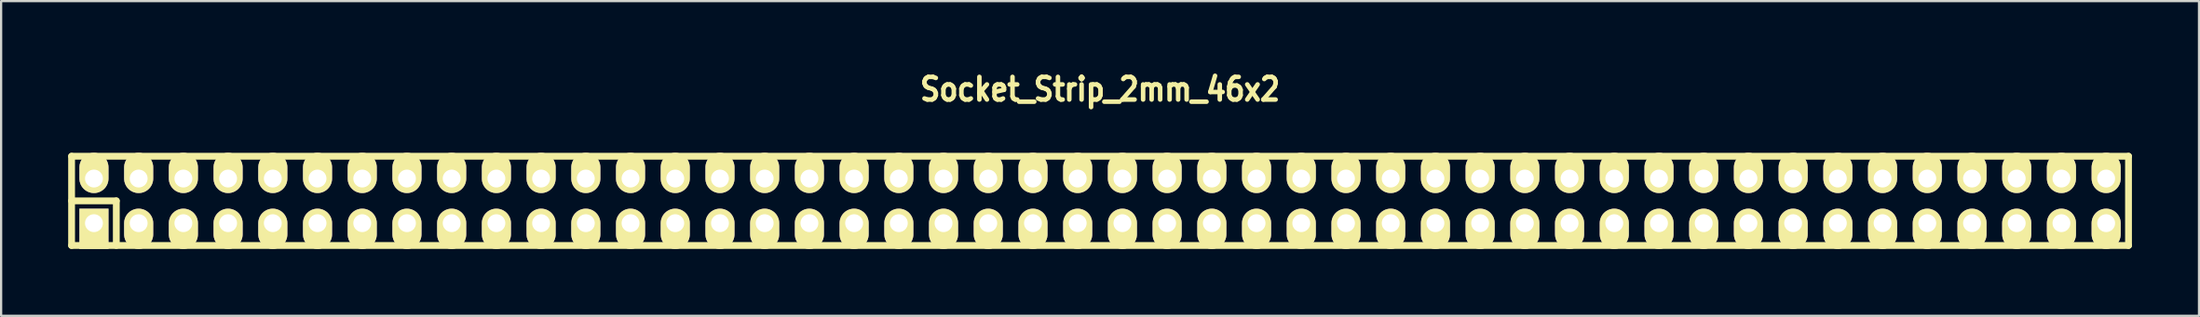
<source format=kicad_pcb>
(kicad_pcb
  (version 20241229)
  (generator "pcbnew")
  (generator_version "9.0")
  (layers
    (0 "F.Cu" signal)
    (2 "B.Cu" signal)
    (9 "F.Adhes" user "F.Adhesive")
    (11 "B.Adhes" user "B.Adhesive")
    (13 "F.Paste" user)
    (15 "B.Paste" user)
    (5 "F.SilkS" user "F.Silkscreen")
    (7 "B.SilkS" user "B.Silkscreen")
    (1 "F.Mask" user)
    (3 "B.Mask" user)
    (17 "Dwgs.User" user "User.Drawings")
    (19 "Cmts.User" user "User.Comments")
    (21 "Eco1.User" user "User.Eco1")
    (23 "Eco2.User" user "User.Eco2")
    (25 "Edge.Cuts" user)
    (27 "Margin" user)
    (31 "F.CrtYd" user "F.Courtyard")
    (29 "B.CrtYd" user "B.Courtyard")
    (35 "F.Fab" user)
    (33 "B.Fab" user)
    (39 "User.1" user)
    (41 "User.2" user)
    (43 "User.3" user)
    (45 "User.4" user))
  (footprint "Socket_Strip_2mm_46x2"
    (layer "F.Cu")
    (at 46.152 5.951)
    (property "Reference" "Socket_Strip_2mm_46x2" (at 0 -5 0) (layer "F.SilkS") (effects (font (size 1.016 0.889) (thickness 0.203))))
    (attr through_hole)
    (fp_line (start -46 -2) (end 46 -2) (stroke (width 0.305) (type solid)) (layer "F.SilkS"))
    (fp_line (start -46 0) (end -44 0) (stroke (width 0.305) (type solid)) (layer "F.SilkS"))
    (fp_line (start -46 2) (end -46 -2) (stroke (width 0.305) (type solid)) (layer "F.SilkS"))
    (fp_line (start -44 0) (end -44 2) (stroke (width 0.305) (type solid)) (layer "F.SilkS"))
    (fp_line (start 46 -2) (end 46 2) (stroke (width 0.305) (type solid)) (layer "F.SilkS"))
    (fp_line (start 46 2) (end -46 2) (stroke (width 0.305) (type solid)) (layer "F.SilkS"))
    (pad "1" thru_hole rect (at -45 1) (size 1.3 1.8) (drill 0.8 (offset 0 0.25)) (layers "*.Cu" "*.Mask" "F.SilkS"))
    (pad "2" thru_hole oval (at -45 -1) (size 1.3 1.8) (drill 0.8 (offset 0 -0.25)) (layers "*.Cu" "*.Mask" "F.SilkS"))
    (pad "3" thru_hole oval (at -43 1) (size 1.3 1.8) (drill 0.8 (offset 0 0.25)) (layers "*.Cu" "*.Mask" "F.SilkS"))
    (pad "4" thru_hole oval (at -43 -1) (size 1.3 1.8) (drill 0.8 (offset 0 -0.25)) (layers "*.Cu" "*.Mask" "F.SilkS"))
    (pad "5" thru_hole oval (at -41 1) (size 1.3 1.8) (drill 0.8 (offset 0 0.25)) (layers "*.Cu" "*.Mask" "F.SilkS"))
    (pad "6" thru_hole oval (at -41 -1) (size 1.3 1.8) (drill 0.8 (offset 0 -0.25)) (layers "*.Cu" "*.Mask" "F.SilkS"))
    (pad "7" thru_hole oval (at -39 1) (size 1.3 1.8) (drill 0.8 (offset 0 0.25)) (layers "*.Cu" "*.Mask" "F.SilkS"))
    (pad "8" thru_hole oval (at -39 -1) (size 1.3 1.8) (drill 0.8 (offset 0 -0.25)) (layers "*.Cu" "*.Mask" "F.SilkS"))
    (pad "9" thru_hole oval (at -37 1) (size 1.3 1.8) (drill 0.8 (offset 0 0.25)) (layers "*.Cu" "*.Mask" "F.SilkS"))
    (pad "10" thru_hole oval (at -37 -1) (size 1.3 1.8) (drill 0.8 (offset 0 -0.25)) (layers "*.Cu" "*.Mask" "F.SilkS"))
    (pad "11" thru_hole oval (at -35 1) (size 1.3 1.8) (drill 0.8 (offset 0 0.25)) (layers "*.Cu" "*.Mask" "F.SilkS"))
    (pad "12" thru_hole oval (at -35 -1) (size 1.3 1.8) (drill 0.8 (offset 0 -0.25)) (layers "*.Cu" "*.Mask" "F.SilkS"))
    (pad "13" thru_hole oval (at -33 1) (size 1.3 1.8) (drill 0.8 (offset 0 0.25)) (layers "*.Cu" "*.Mask" "F.SilkS"))
    (pad "14" thru_hole oval (at -33 -1) (size 1.3 1.8) (drill 0.8 (offset 0 -0.25)) (layers "*.Cu" "*.Mask" "F.SilkS"))
    (pad "15" thru_hole oval (at -31 1) (size 1.3 1.8) (drill 0.8 (offset 0 0.25)) (layers "*.Cu" "*.Mask" "F.SilkS"))
    (pad "16" thru_hole oval (at -31 -1) (size 1.3 1.8) (drill 0.8 (offset 0 -0.25)) (layers "*.Cu" "*.Mask" "F.SilkS"))
    (pad "17" thru_hole oval (at -29 1) (size 1.3 1.8) (drill 0.8 (offset 0 0.25)) (layers "*.Cu" "*.Mask" "F.SilkS"))
    (pad "18" thru_hole oval (at -29 -1) (size 1.3 1.8) (drill 0.8 (offset 0 -0.25)) (layers "*.Cu" "*.Mask" "F.SilkS"))
    (pad "19" thru_hole oval (at -27 1) (size 1.3 1.8) (drill 0.8 (offset 0 0.25)) (layers "*.Cu" "*.Mask" "F.SilkS"))
    (pad "20" thru_hole oval (at -27 -1) (size 1.3 1.8) (drill 0.8 (offset 0 -0.25)) (layers "*.Cu" "*.Mask" "F.SilkS"))
    (pad "21" thru_hole oval (at -25 1) (size 1.3 1.8) (drill 0.8 (offset 0 0.25)) (layers "*.Cu" "*.Mask" "F.SilkS"))
    (pad "22" thru_hole oval (at -25 -1) (size 1.3 1.8) (drill 0.8 (offset 0 -0.25)) (layers "*.Cu" "*.Mask" "F.SilkS"))
    (pad "23" thru_hole oval (at -23 1) (size 1.3 1.8) (drill 0.8 (offset 0 0.25)) (layers "*.Cu" "*.Mask" "F.SilkS"))
    (pad "24" thru_hole oval (at -23 -1) (size 1.3 1.8) (drill 0.8 (offset 0 -0.25)) (layers "*.Cu" "*.Mask" "F.SilkS"))
    (pad "25" thru_hole oval (at -21 1) (size 1.3 1.8) (drill 0.8 (offset 0 0.25)) (layers "*.Cu" "*.Mask" "F.SilkS"))
    (pad "26" thru_hole oval (at -21 -1) (size 1.3 1.8) (drill 0.8 (offset 0 -0.25)) (layers "*.Cu" "*.Mask" "F.SilkS"))
    (pad "27" thru_hole oval (at -19 1) (size 1.3 1.8) (drill 0.8 (offset 0 0.25)) (layers "*.Cu" "*.Mask" "F.SilkS"))
    (pad "28" thru_hole oval (at -19 -1) (size 1.3 1.8) (drill 0.8 (offset 0 -0.25)) (layers "*.Cu" "*.Mask" "F.SilkS"))
    (pad "29" thru_hole oval (at -17 1) (size 1.3 1.8) (drill 0.8 (offset 0 0.25)) (layers "*.Cu" "*.Mask" "F.SilkS"))
    (pad "30" thru_hole oval (at -17 -1) (size 1.3 1.8) (drill 0.8 (offset 0 -0.25)) (layers "*.Cu" "*.Mask" "F.SilkS"))
    (pad "31" thru_hole oval (at -15 1) (size 1.3 1.8) (drill 0.8 (offset 0 0.25)) (layers "*.Cu" "*.Mask" "F.SilkS"))
    (pad "32" thru_hole oval (at -15 -1) (size 1.3 1.8) (drill 0.8 (offset 0 -0.25)) (layers "*.Cu" "*.Mask" "F.SilkS"))
    (pad "33" thru_hole oval (at -13 1) (size 1.3 1.8) (drill 0.8 (offset 0 0.25)) (layers "*.Cu" "*.Mask" "F.SilkS"))
    (pad "34" thru_hole oval (at -13 -1) (size 1.3 1.8) (drill 0.8 (offset 0 -0.25)) (layers "*.Cu" "*.Mask" "F.SilkS"))
    (pad "35" thru_hole oval (at -11 1) (size 1.3 1.8) (drill 0.8 (offset 0 0.25)) (layers "*.Cu" "*.Mask" "F.SilkS"))
    (pad "36" thru_hole oval (at -11 -1) (size 1.3 1.8) (drill 0.8 (offset 0 -0.25)) (layers "*.Cu" "*.Mask" "F.SilkS"))
    (pad "37" thru_hole oval (at -9 1) (size 1.3 1.8) (drill 0.8 (offset 0 0.25)) (layers "*.Cu" "*.Mask" "F.SilkS"))
    (pad "38" thru_hole oval (at -9 -1) (size 1.3 1.8) (drill 0.8 (offset 0 -0.25)) (layers "*.Cu" "*.Mask" "F.SilkS"))
    (pad "39" thru_hole oval (at -7 1) (size 1.3 1.8) (drill 0.8 (offset 0 0.25)) (layers "*.Cu" "*.Mask" "F.SilkS"))
    (pad "40" thru_hole oval (at -7 -1) (size 1.3 1.8) (drill 0.8 (offset 0 -0.25)) (layers "*.Cu" "*.Mask" "F.SilkS"))
    (pad "41" thru_hole oval (at -5 1) (size 1.3 1.8) (drill 0.8 (offset 0 0.25)) (layers "*.Cu" "*.Mask" "F.SilkS"))
    (pad "42" thru_hole oval (at -5 -1) (size 1.3 1.8) (drill 0.8 (offset 0 -0.25)) (layers "*.Cu" "*.Mask" "F.SilkS"))
    (pad "43" thru_hole oval (at -3 1) (size 1.3 1.8) (drill 0.8 (offset 0 0.25)) (layers "*.Cu" "*.Mask" "F.SilkS"))
    (pad "44" thru_hole oval (at -3 -1) (size 1.3 1.8) (drill 0.8 (offset 0 -0.25)) (layers "*.Cu" "*.Mask" "F.SilkS"))
    (pad "45" thru_hole oval (at -1 1) (size 1.3 1.8) (drill 0.8 (offset 0 0.25)) (layers "*.Cu" "*.Mask" "F.SilkS"))
    (pad "46" thru_hole oval (at -1 -1) (size 1.3 1.8) (drill 0.8 (offset 0 -0.25)) (layers "*.Cu" "*.Mask" "F.SilkS"))
    (pad "47" thru_hole oval (at 1 1) (size 1.3 1.8) (drill 0.8 (offset 0 0.25)) (layers "*.Cu" "*.Mask" "F.SilkS"))
    (pad "48" thru_hole oval (at 1 -1) (size 1.3 1.8) (drill 0.8 (offset 0 -0.25)) (layers "*.Cu" "*.Mask" "F.SilkS"))
    (pad "49" thru_hole oval (at 3 1) (size 1.3 1.8) (drill 0.8 (offset 0 0.25)) (layers "*.Cu" "*.Mask" "F.SilkS"))
    (pad "50" thru_hole oval (at 3 -1) (size 1.3 1.8) (drill 0.8 (offset 0 -0.25)) (layers "*.Cu" "*.Mask" "F.SilkS"))
    (pad "51" thru_hole oval (at 5 1) (size 1.3 1.8) (drill 0.8 (offset 0 0.25)) (layers "*.Cu" "*.Mask" "F.SilkS"))
    (pad "52" thru_hole oval (at 5 -1) (size 1.3 1.8) (drill 0.8 (offset 0 -0.25)) (layers "*.Cu" "*.Mask" "F.SilkS"))
    (pad "53" thru_hole oval (at 7 1) (size 1.3 1.8) (drill 0.8 (offset 0 0.25)) (layers "*.Cu" "*.Mask" "F.SilkS"))
    (pad "54" thru_hole oval (at 7 -1) (size 1.3 1.8) (drill 0.8 (offset 0 -0.25)) (layers "*.Cu" "*.Mask" "F.SilkS"))
    (pad "55" thru_hole oval (at 9 1) (size 1.3 1.8) (drill 0.8 (offset 0 0.25)) (layers "*.Cu" "*.Mask" "F.SilkS"))
    (pad "56" thru_hole oval (at 9 -1) (size 1.3 1.8) (drill 0.8 (offset 0 -0.25)) (layers "*.Cu" "*.Mask" "F.SilkS"))
    (pad "57" thru_hole oval (at 11 1) (size 1.3 1.8) (drill 0.8 (offset 0 0.25)) (layers "*.Cu" "*.Mask" "F.SilkS"))
    (pad "58" thru_hole oval (at 11 -1) (size 1.3 1.8) (drill 0.8 (offset 0 -0.25)) (layers "*.Cu" "*.Mask" "F.SilkS"))
    (pad "59" thru_hole oval (at 13 1) (size 1.3 1.8) (drill 0.8 (offset 0 0.25)) (layers "*.Cu" "*.Mask" "F.SilkS"))
    (pad "60" thru_hole oval (at 13 -1) (size 1.3 1.8) (drill 0.8 (offset 0 -0.25)) (layers "*.Cu" "*.Mask" "F.SilkS"))
    (pad "61" thru_hole oval (at 15 1) (size 1.3 1.8) (drill 0.8 (offset 0 0.25)) (layers "*.Cu" "*.Mask" "F.SilkS"))
    (pad "62" thru_hole oval (at 15 -1) (size 1.3 1.8) (drill 0.8 (offset 0 -0.25)) (layers "*.Cu" "*.Mask" "F.SilkS"))
    (pad "63" thru_hole oval (at 17 1) (size 1.3 1.8) (drill 0.8 (offset 0 0.25)) (layers "*.Cu" "*.Mask" "F.SilkS"))
    (pad "64" thru_hole oval (at 17 -1) (size 1.3 1.8) (drill 0.8 (offset 0 -0.25)) (layers "*.Cu" "*.Mask" "F.SilkS"))
    (pad "65" thru_hole oval (at 19 1) (size 1.3 1.8) (drill 0.8 (offset 0 0.25)) (layers "*.Cu" "*.Mask" "F.SilkS"))
    (pad "66" thru_hole oval (at 19 -1) (size 1.3 1.8) (drill 0.8 (offset 0 -0.25)) (layers "*.Cu" "*.Mask" "F.SilkS"))
    (pad "67" thru_hole oval (at 21 1) (size 1.3 1.8) (drill 0.8 (offset 0 0.25)) (layers "*.Cu" "*.Mask" "F.SilkS"))
    (pad "68" thru_hole oval (at 21 -1) (size 1.3 1.8) (drill 0.8 (offset 0 -0.25)) (layers "*.Cu" "*.Mask" "F.SilkS"))
    (pad "69" thru_hole oval (at 23 1) (size 1.3 1.8) (drill 0.8 (offset 0 0.25)) (layers "*.Cu" "*.Mask" "F.SilkS"))
    (pad "70" thru_hole oval (at 23 -1) (size 1.3 1.8) (drill 0.8 (offset 0 -0.25)) (layers "*.Cu" "*.Mask" "F.SilkS"))
    (pad "71" thru_hole oval (at 25 1) (size 1.3 1.8) (drill 0.8 (offset 0 0.25)) (layers "*.Cu" "*.Mask" "F.SilkS"))
    (pad "72" thru_hole oval (at 25 -1) (size 1.3 1.8) (drill 0.8 (offset 0 -0.25)) (layers "*.Cu" "*.Mask" "F.SilkS"))
    (pad "73" thru_hole oval (at 27 1) (size 1.3 1.8) (drill 0.8 (offset 0 0.25)) (layers "*.Cu" "*.Mask" "F.SilkS"))
    (pad "74" thru_hole oval (at 27 -1) (size 1.3 1.8) (drill 0.8 (offset 0 -0.25)) (layers "*.Cu" "*.Mask" "F.SilkS"))
    (pad "75" thru_hole oval (at 29 1) (size 1.3 1.8) (drill 0.8 (offset 0 0.25)) (layers "*.Cu" "*.Mask" "F.SilkS"))
    (pad "76" thru_hole oval (at 29 -1) (size 1.3 1.8) (drill 0.8 (offset 0 -0.25)) (layers "*.Cu" "*.Mask" "F.SilkS"))
    (pad "77" thru_hole oval (at 31 1) (size 1.3 1.8) (drill 0.8 (offset 0 0.25)) (layers "*.Cu" "*.Mask" "F.SilkS"))
    (pad "78" thru_hole oval (at 31 -1) (size 1.3 1.8) (drill 0.8 (offset 0 -0.25)) (layers "*.Cu" "*.Mask" "F.SilkS"))
    (pad "79" thru_hole oval (at 33 1) (size 1.3 1.8) (drill 0.8 (offset 0 0.25)) (layers "*.Cu" "*.Mask" "F.SilkS"))
    (pad "80" thru_hole oval (at 33 -1) (size 1.3 1.8) (drill 0.8 (offset 0 -0.25)) (layers "*.Cu" "*.Mask" "F.SilkS"))
    (pad "81" thru_hole oval (at 35 1) (size 1.3 1.8) (drill 0.8 (offset 0 0.25)) (layers "*.Cu" "*.Mask" "F.SilkS"))
    (pad "82" thru_hole oval (at 35 -1) (size 1.3 1.8) (drill 0.8 (offset 0 -0.25)) (layers "*.Cu" "*.Mask" "F.SilkS"))
    (pad "83" thru_hole oval (at 37 1) (size 1.3 1.8) (drill 0.8 (offset 0 0.25)) (layers "*.Cu" "*.Mask" "F.SilkS"))
    (pad "84" thru_hole oval (at 37 -1) (size 1.3 1.8) (drill 0.8 (offset 0 -0.25)) (layers "*.Cu" "*.Mask" "F.SilkS"))
    (pad "85" thru_hole oval (at 39 1) (size 1.3 1.8) (drill 0.8 (offset 0 0.25)) (layers "*.Cu" "*.Mask" "F.SilkS"))
    (pad "86" thru_hole oval (at 39 -1) (size 1.3 1.8) (drill 0.8 (offset 0 -0.25)) (layers "*.Cu" "*.Mask" "F.SilkS"))
    (pad "87" thru_hole oval (at 41 1) (size 1.3 1.8) (drill 0.8 (offset 0 0.25)) (layers "*.Cu" "*.Mask" "F.SilkS"))
    (pad "88" thru_hole oval (at 41 -1) (size 1.3 1.8) (drill 0.8 (offset 0 -0.25)) (layers "*.Cu" "*.Mask" "F.SilkS"))
    (pad "89" thru_hole oval (at 43 1) (size 1.3 1.8) (drill 0.8 (offset 0 0.25)) (layers "*.Cu" "*.Mask" "F.SilkS"))
    (pad "90" thru_hole oval (at 43 -1) (size 1.3 1.8) (drill 0.8 (offset 0 -0.25)) (layers "*.Cu" "*.Mask" "F.SilkS"))
    (pad "91" thru_hole oval (at 45 1) (size 1.3 1.8) (drill 0.8 (offset 0 0.25)) (layers "*.Cu" "*.Mask" "F.SilkS"))
    (pad "92" thru_hole oval (at 45 -1) (size 1.3 1.8) (drill 0.8 (offset 0 -0.25)) (layers "*.Cu" "*.Mask" "F.SilkS")))
  (gr_rect
    (start -3 -3)
    (end 95.305 11.103)
    (stroke (width 0.1) (type default))
    (fill no)
    (layer "Edge.Cuts")))
</source>
